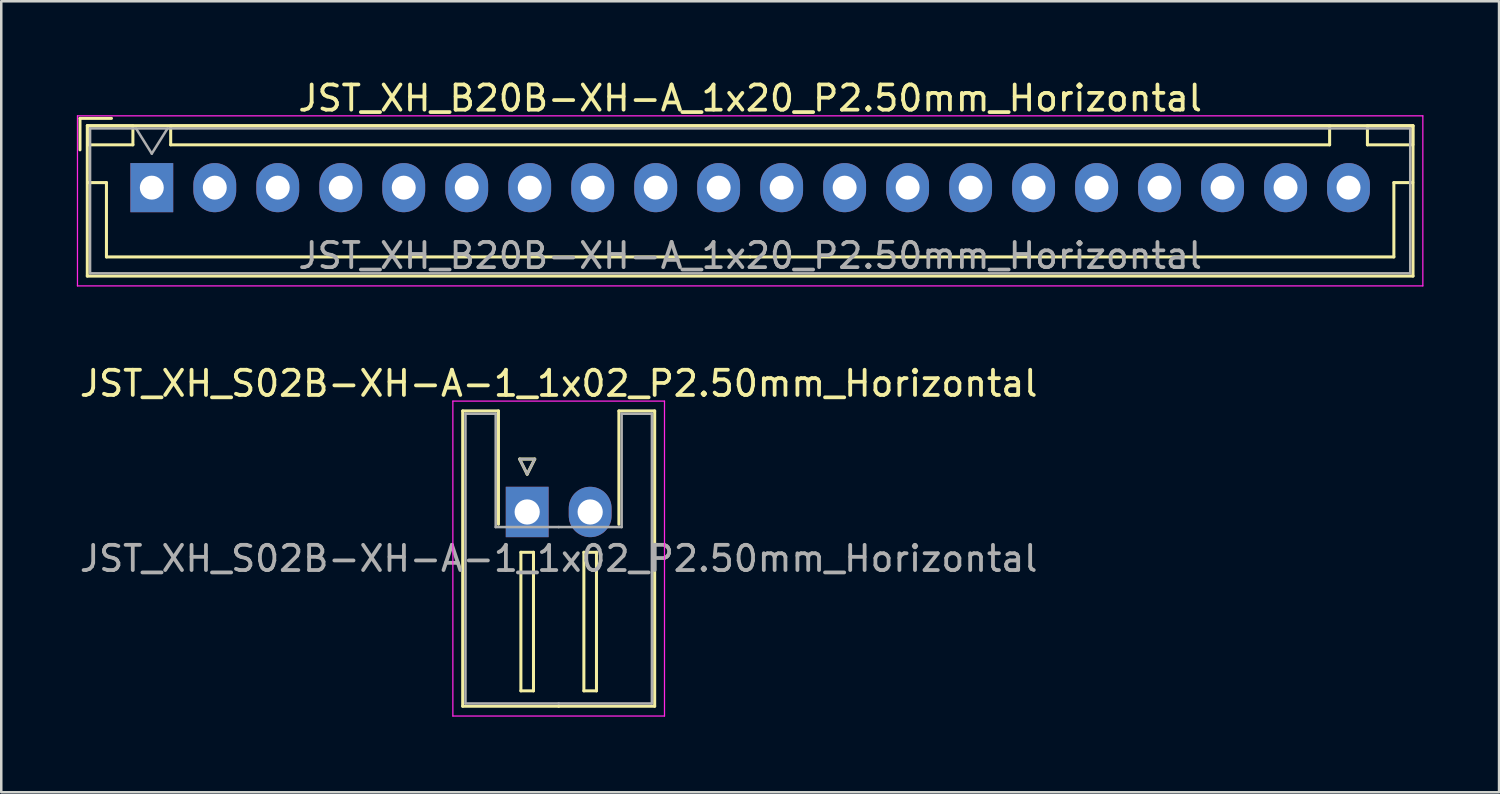
<source format=kicad_pcb>
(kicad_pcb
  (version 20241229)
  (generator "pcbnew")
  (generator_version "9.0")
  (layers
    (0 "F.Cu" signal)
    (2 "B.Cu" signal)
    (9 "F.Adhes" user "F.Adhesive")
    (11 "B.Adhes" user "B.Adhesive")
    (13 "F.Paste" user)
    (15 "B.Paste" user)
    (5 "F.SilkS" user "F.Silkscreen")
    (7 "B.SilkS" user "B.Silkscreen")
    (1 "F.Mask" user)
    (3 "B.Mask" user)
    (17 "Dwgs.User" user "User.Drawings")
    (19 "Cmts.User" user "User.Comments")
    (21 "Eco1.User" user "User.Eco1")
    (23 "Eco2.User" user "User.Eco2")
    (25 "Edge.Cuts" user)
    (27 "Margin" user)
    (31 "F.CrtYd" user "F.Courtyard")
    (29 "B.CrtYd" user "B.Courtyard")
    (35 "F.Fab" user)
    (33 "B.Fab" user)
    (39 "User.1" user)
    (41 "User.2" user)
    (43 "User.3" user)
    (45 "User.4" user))
  (footprint "JST_XH_S02B-XH-A-1_1x02_P2.50mm_Horizontal"
    (layer "F.Cu")
    (at 17.875 17.271)
    (property "Reference" "JST_XH_S02B-XH-A-1_1x02_P2.50mm_Horizontal" (at 1.25 -5.1 0) (layer "F.SilkS") (effects (font (size 1 1) (thickness 0.15))))
    (attr through_hole)
    (fp_line (start -2.56 -4.01) (end -1.14 -4.01) (stroke (width 0.12) (type solid)) (layer "F.SilkS"))
    (fp_line (start -2.56 7.71) (end -2.56 -4.01) (stroke (width 0.12) (type solid)) (layer "F.SilkS"))
    (fp_line (start -1.14 -4.01) (end -1.14 0.49) (stroke (width 0.12) (type solid)) (layer "F.SilkS"))
    (fp_line (start -0.3 -2.1) (end 0.3 -2.1) (stroke (width 0.12) (type solid)) (layer "F.SilkS"))
    (fp_line (start -0.25 1.6) (end -0.25 7.1) (stroke (width 0.12) (type solid)) (layer "F.SilkS"))
    (fp_line (start -0.25 7.1) (end 0.25 7.1) (stroke (width 0.12) (type solid)) (layer "F.SilkS"))
    (fp_line (start 0 -1.5) (end -0.3 -2.1) (stroke (width 0.12) (type solid)) (layer "F.SilkS"))
    (fp_line (start 0.25 1.6) (end -0.25 1.6) (stroke (width 0.12) (type solid)) (layer "F.SilkS"))
    (fp_line (start 0.25 7.1) (end 0.25 1.6) (stroke (width 0.12) (type solid)) (layer "F.SilkS"))
    (fp_line (start 0.3 -2.1) (end 0 -1.5) (stroke (width 0.12) (type solid)) (layer "F.SilkS"))
    (fp_line (start 1.25 7.71) (end -2.56 7.71) (stroke (width 0.12) (type solid)) (layer "F.SilkS"))
    (fp_line (start 1.25 7.71) (end 5.06 7.71) (stroke (width 0.12) (type solid)) (layer "F.SilkS"))
    (fp_line (start 2.25 1.6) (end 2.25 7.1) (stroke (width 0.12) (type solid)) (layer "F.SilkS"))
    (fp_line (start 2.25 7.1) (end 2.75 7.1) (stroke (width 0.12) (type solid)) (layer "F.SilkS"))
    (fp_line (start 2.75 1.6) (end 2.25 1.6) (stroke (width 0.12) (type solid)) (layer "F.SilkS"))
    (fp_line (start 2.75 7.1) (end 2.75 1.6) (stroke (width 0.12) (type solid)) (layer "F.SilkS"))
    (fp_line (start 3.64 -4.01) (end 3.64 0.49) (stroke (width 0.12) (type solid)) (layer "F.SilkS"))
    (fp_line (start 5.06 -4.01) (end 3.64 -4.01) (stroke (width 0.12) (type solid)) (layer "F.SilkS"))
    (fp_line (start 5.06 7.71) (end 5.06 -4.01) (stroke (width 0.12) (type solid)) (layer "F.SilkS"))
    (fp_line (start -2.95 -4.4) (end -2.95 8.1) (stroke (width 0.05) (type solid)) (layer "F.CrtYd"))
    (fp_line (start -2.95 8.1) (end 5.45 8.1) (stroke (width 0.05) (type solid)) (layer "F.CrtYd"))
    (fp_line (start 5.45 -4.4) (end -2.95 -4.4) (stroke (width 0.05) (type solid)) (layer "F.CrtYd"))
    (fp_line (start 5.45 8.1) (end 5.45 -4.4) (stroke (width 0.05) (type solid)) (layer "F.CrtYd"))
    (fp_line (start -2.45 -3.9) (end -1.25 -3.9) (stroke (width 0.1) (type solid)) (layer "F.Fab"))
    (fp_line (start -2.45 7.6) (end -2.45 -3.9) (stroke (width 0.1) (type solid)) (layer "F.Fab"))
    (fp_line (start -1.25 -3.9) (end -1.25 0.6) (stroke (width 0.1) (type solid)) (layer "F.Fab"))
    (fp_line (start -1.25 0.6) (end 1.25 0.6) (stroke (width 0.1) (type solid)) (layer "F.Fab"))
    (fp_line (start -0.3 -2.1) (end 0.3 -2.1) (stroke (width 0.1) (type solid)) (layer "F.Fab"))
    (fp_line (start 0 -1.5) (end -0.3 -2.1) (stroke (width 0.1) (type solid)) (layer "F.Fab"))
    (fp_line (start 0.3 -2.1) (end 0 -1.5) (stroke (width 0.1) (type solid)) (layer "F.Fab"))
    (fp_line (start 1.25 7.6) (end -2.45 7.6) (stroke (width 0.1) (type solid)) (layer "F.Fab"))
    (fp_line (start 1.25 7.6) (end 4.95 7.6) (stroke (width 0.1) (type solid)) (layer "F.Fab"))
    (fp_line (start 3.75 -3.9) (end 3.75 0.6) (stroke (width 0.1) (type solid)) (layer "F.Fab"))
    (fp_line (start 3.75 0.6) (end 1.25 0.6) (stroke (width 0.1) (type solid)) (layer "F.Fab"))
    (fp_line (start 4.95 -3.9) (end 3.75 -3.9) (stroke (width 0.1) (type solid)) (layer "F.Fab"))
    (fp_line (start 4.95 7.6) (end 4.95 -3.9) (stroke (width 0.1) (type solid)) (layer "F.Fab"))
    (fp_text user "${REFERENCE}" (at 1.25 1.85 0) (layer "F.Fab") (effects (font (size 1 1) (thickness 0.15))))
    (pad "1" thru_hole rect (at 0 0) (size 1.7 2) (drill 1) (layers "*.Cu" "*.Mask"))
    (pad "2" thru_hole oval (at 2.5 0) (size 1.7 2) (drill 1) (layers "*.Cu" "*.Mask")))
  (footprint "JST_XH_B20B-XH-A_1x20_P2.50mm_Horizontal"
    (layer "F.Cu")
    (at 2.975 4.398)
    (property "Reference" "JST_XH_B20B-XH-A_1x20_P2.50mm_Horizontal" (at 23.75 -3.55 0) (layer "F.SilkS") (effects (font (size 1 1) (thickness 0.15))))
    (attr through_hole)
    (fp_line (start -2.85 -2.75) (end -2.85 -1.5) (stroke (width 0.12) (type solid)) (layer "F.SilkS"))
    (fp_line (start -2.56 -2.46) (end -2.56 3.51) (stroke (width 0.12) (type solid)) (layer "F.SilkS"))
    (fp_line (start -2.56 3.51) (end 50.06 3.51) (stroke (width 0.12) (type solid)) (layer "F.SilkS"))
    (fp_line (start -2.55 -2.45) (end -2.55 -1.7) (stroke (width 0.12) (type solid)) (layer "F.SilkS"))
    (fp_line (start -2.55 -1.7) (end -0.75 -1.7) (stroke (width 0.12) (type solid)) (layer "F.SilkS"))
    (fp_line (start -2.55 -0.2) (end -1.8 -0.2) (stroke (width 0.12) (type solid)) (layer "F.SilkS"))
    (fp_line (start -1.8 -0.2) (end -1.8 2.75) (stroke (width 0.12) (type solid)) (layer "F.SilkS"))
    (fp_line (start -1.8 2.75) (end 23.75 2.75) (stroke (width 0.12) (type solid)) (layer "F.SilkS"))
    (fp_line (start -1.6 -2.75) (end -2.85 -2.75) (stroke (width 0.12) (type solid)) (layer "F.SilkS"))
    (fp_line (start -0.75 -2.45) (end -2.55 -2.45) (stroke (width 0.12) (type solid)) (layer "F.SilkS"))
    (fp_line (start -0.75 -1.7) (end -0.75 -2.45) (stroke (width 0.12) (type solid)) (layer "F.SilkS"))
    (fp_line (start 0.75 -2.45) (end 0.75 -1.7) (stroke (width 0.12) (type solid)) (layer "F.SilkS"))
    (fp_line (start 0.75 -1.7) (end 46.75 -1.7) (stroke (width 0.12) (type solid)) (layer "F.SilkS"))
    (fp_line (start 46.75 -2.45) (end 0.75 -2.45) (stroke (width 0.12) (type solid)) (layer "F.SilkS"))
    (fp_line (start 46.75 -1.7) (end 46.75 -2.45) (stroke (width 0.12) (type solid)) (layer "F.SilkS"))
    (fp_line (start 48.25 -2.45) (end 48.25 -1.7) (stroke (width 0.12) (type solid)) (layer "F.SilkS"))
    (fp_line (start 48.25 -1.7) (end 50.05 -1.7) (stroke (width 0.12) (type solid)) (layer "F.SilkS"))
    (fp_line (start 49.3 -0.2) (end 49.3 2.75) (stroke (width 0.12) (type solid)) (layer "F.SilkS"))
    (fp_line (start 49.3 2.75) (end 23.75 2.75) (stroke (width 0.12) (type solid)) (layer "F.SilkS"))
    (fp_line (start 50.05 -2.45) (end 48.25 -2.45) (stroke (width 0.12) (type solid)) (layer "F.SilkS"))
    (fp_line (start 50.05 -1.7) (end 50.05 -2.45) (stroke (width 0.12) (type solid)) (layer "F.SilkS"))
    (fp_line (start 50.05 -0.2) (end 49.3 -0.2) (stroke (width 0.12) (type solid)) (layer "F.SilkS"))
    (fp_line (start 50.06 -2.46) (end -2.56 -2.46) (stroke (width 0.12) (type solid)) (layer "F.SilkS"))
    (fp_line (start 50.06 3.51) (end 50.06 -2.46) (stroke (width 0.12) (type solid)) (layer "F.SilkS"))
    (fp_line (start -2.95 -2.85) (end -2.95 3.9) (stroke (width 0.05) (type solid)) (layer "F.CrtYd"))
    (fp_line (start -2.95 3.9) (end 50.45 3.9) (stroke (width 0.05) (type solid)) (layer "F.CrtYd"))
    (fp_line (start 50.45 -2.85) (end -2.95 -2.85) (stroke (width 0.05) (type solid)) (layer "F.CrtYd"))
    (fp_line (start 50.45 3.9) (end 50.45 -2.85) (stroke (width 0.05) (type solid)) (layer "F.CrtYd"))
    (fp_line (start -2.45 -2.35) (end -2.45 3.4) (stroke (width 0.1) (type solid)) (layer "F.Fab"))
    (fp_line (start -2.45 3.4) (end 49.95 3.4) (stroke (width 0.1) (type solid)) (layer "F.Fab"))
    (fp_line (start -0.625 -2.35) (end 0 -1.35) (stroke (width 0.1) (type solid)) (layer "F.Fab"))
    (fp_line (start 0 -1.35) (end 0.625 -2.35) (stroke (width 0.1) (type solid)) (layer "F.Fab"))
    (fp_line (start 49.95 -2.35) (end -2.45 -2.35) (stroke (width 0.1) (type solid)) (layer "F.Fab"))
    (fp_line (start 49.95 3.4) (end 49.95 -2.35) (stroke (width 0.1) (type solid)) (layer "F.Fab"))
    (fp_text user "${REFERENCE}" (at 23.75 2.7 0) (layer "F.Fab") (effects (font (size 1 1) (thickness 0.15))))
    (pad "1" thru_hole rect (at 0 0) (size 1.7 1.95) (drill 0.95) (layers "*.Cu" "*.Mask"))
    (pad "2" thru_hole oval (at 2.5 0) (size 1.7 1.95) (drill 0.95) (layers "*.Cu" "*.Mask"))
    (pad "3" thru_hole oval (at 5 0) (size 1.7 1.95) (drill 0.95) (layers "*.Cu" "*.Mask"))
    (pad "4" thru_hole oval (at 7.5 0) (size 1.7 1.95) (drill 0.95) (layers "*.Cu" "*.Mask"))
    (pad "5" thru_hole oval (at 10 0) (size 1.7 1.95) (drill 0.95) (layers "*.Cu" "*.Mask"))
    (pad "6" thru_hole oval (at 12.5 0) (size 1.7 1.95) (drill 0.95) (layers "*.Cu" "*.Mask"))
    (pad "7" thru_hole oval (at 15 0) (size 1.7 1.95) (drill 0.95) (layers "*.Cu" "*.Mask"))
    (pad "8" thru_hole oval (at 17.5 0) (size 1.7 1.95) (drill 0.95) (layers "*.Cu" "*.Mask"))
    (pad "9" thru_hole oval (at 20 0) (size 1.7 1.95) (drill 0.95) (layers "*.Cu" "*.Mask"))
    (pad "10" thru_hole oval (at 22.5 0) (size 1.7 1.95) (drill 0.95) (layers "*.Cu" "*.Mask"))
    (pad "11" thru_hole oval (at 25 0) (size 1.7 1.95) (drill 0.95) (layers "*.Cu" "*.Mask"))
    (pad "12" thru_hole oval (at 27.5 0) (size 1.7 1.95) (drill 0.95) (layers "*.Cu" "*.Mask"))
    (pad "13" thru_hole oval (at 30 0) (size 1.7 1.95) (drill 0.95) (layers "*.Cu" "*.Mask"))
    (pad "14" thru_hole oval (at 32.5 0) (size 1.7 1.95) (drill 0.95) (layers "*.Cu" "*.Mask"))
    (pad "15" thru_hole oval (at 35 0) (size 1.7 1.95) (drill 0.95) (layers "*.Cu" "*.Mask"))
    (pad "16" thru_hole oval (at 37.5 0) (size 1.7 1.95) (drill 0.95) (layers "*.Cu" "*.Mask"))
    (pad "17" thru_hole oval (at 40 0) (size 1.7 1.95) (drill 0.95) (layers "*.Cu" "*.Mask"))
    (pad "18" thru_hole oval (at 42.5 0) (size 1.7 1.95) (drill 0.95) (layers "*.Cu" "*.Mask"))
    (pad "19" thru_hole oval (at 45 0) (size 1.7 1.95) (drill 0.95) (layers "*.Cu" "*.Mask"))
    (pad "20" thru_hole oval (at 47.5 0) (size 1.7 1.95) (drill 0.95) (layers "*.Cu" "*.Mask")))
  (gr_rect
    (start -3 -3)
    (end 56.45 28.396)
    (stroke (width 0.1) (type default))
    (fill no)
    (layer "Edge.Cuts")))
</source>
